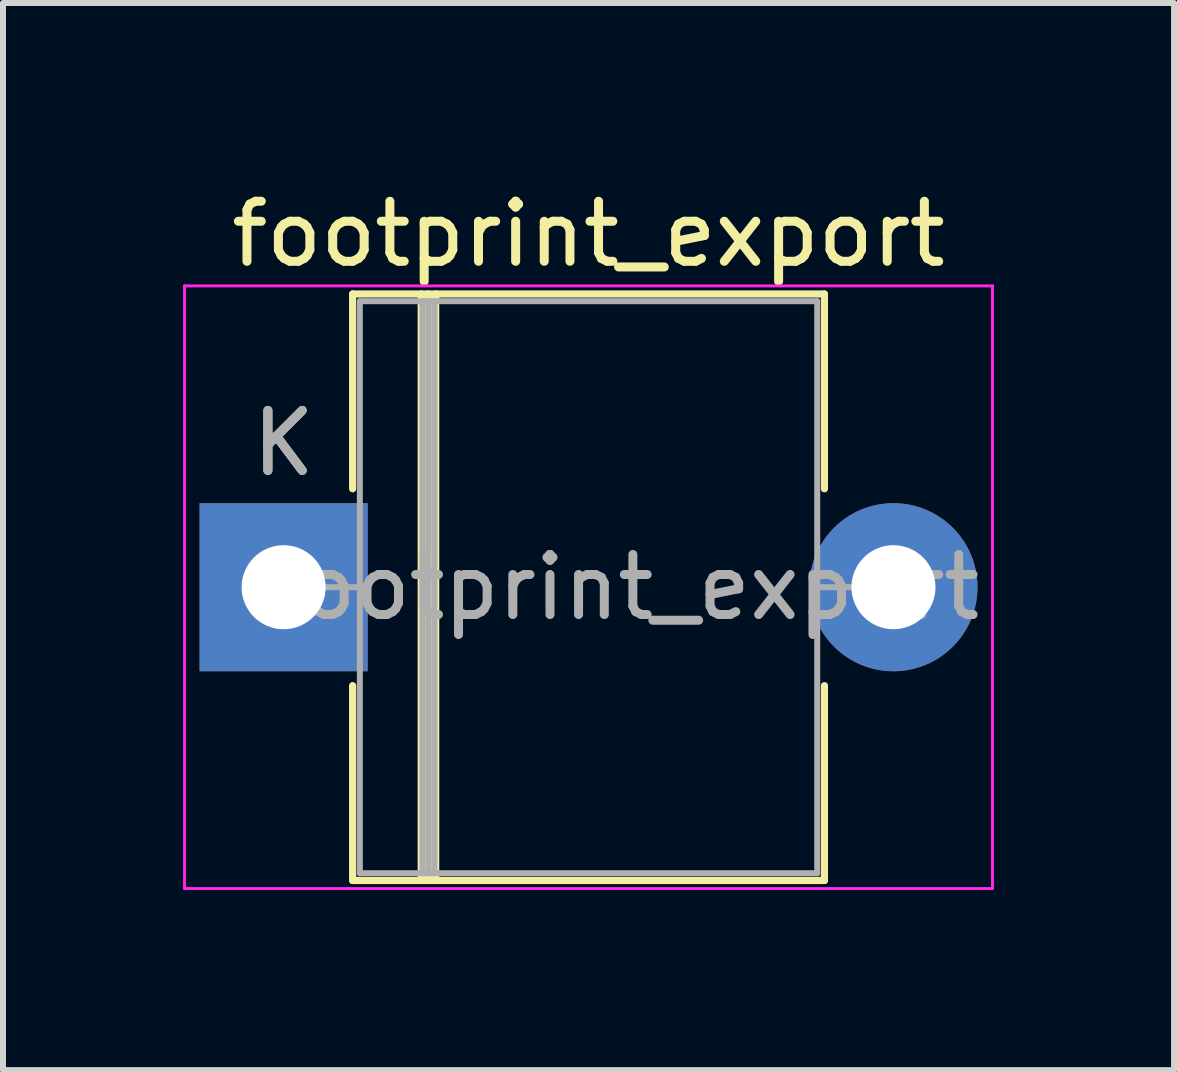
<source format=kicad_pcb>
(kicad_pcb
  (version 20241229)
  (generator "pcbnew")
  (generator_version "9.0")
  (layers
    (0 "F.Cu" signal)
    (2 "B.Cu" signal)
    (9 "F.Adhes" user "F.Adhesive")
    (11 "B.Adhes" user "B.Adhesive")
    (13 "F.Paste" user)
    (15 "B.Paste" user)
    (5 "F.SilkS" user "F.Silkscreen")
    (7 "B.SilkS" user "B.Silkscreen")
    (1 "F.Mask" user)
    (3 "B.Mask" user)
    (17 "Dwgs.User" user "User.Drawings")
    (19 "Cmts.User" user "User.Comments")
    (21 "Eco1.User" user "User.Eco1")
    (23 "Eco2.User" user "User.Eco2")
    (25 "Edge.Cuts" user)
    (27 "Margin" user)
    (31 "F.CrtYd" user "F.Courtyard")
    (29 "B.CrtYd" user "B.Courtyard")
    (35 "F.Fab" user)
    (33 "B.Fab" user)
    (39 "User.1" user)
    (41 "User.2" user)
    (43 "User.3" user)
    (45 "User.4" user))
  (footprint "footprint_export"
    (layer "F.Cu")
    (at 1.675 6.733)
    (property "Reference" "footprint_export" (at 5.08 -5.885 0) (layer "F.SilkS") (effects (font (size 1 1) (thickness 0.15))))
    (attr through_hole)
    (fp_line (start 1.15 -4.885) (end 9.01 -4.885) (stroke (width 0.12) (type solid)) (layer "F.SilkS"))
    (fp_line (start 1.15 -1.64) (end 1.15 -4.885) (stroke (width 0.12) (type solid)) (layer "F.SilkS"))
    (fp_line (start 1.15 1.64) (end 1.15 4.885) (stroke (width 0.12) (type solid)) (layer "F.SilkS"))
    (fp_line (start 1.15 4.885) (end 9.01 4.885) (stroke (width 0.12) (type solid)) (layer "F.SilkS"))
    (fp_line (start 2.293 -4.885) (end 2.293 4.885) (stroke (width 0.12) (type solid)) (layer "F.SilkS"))
    (fp_line (start 2.413 -4.885) (end 2.413 4.885) (stroke (width 0.12) (type solid)) (layer "F.SilkS"))
    (fp_line (start 2.533 -4.885) (end 2.533 4.885) (stroke (width 0.12) (type solid)) (layer "F.SilkS"))
    (fp_line (start 9.01 -4.885) (end 9.01 -1.64) (stroke (width 0.12) (type solid)) (layer "F.SilkS"))
    (fp_line (start 9.01 4.885) (end 9.01 1.64) (stroke (width 0.12) (type solid)) (layer "F.SilkS"))
    (fp_line (start -1.65 -5.02) (end -1.65 5.02) (stroke (width 0.05) (type solid)) (layer "F.CrtYd"))
    (fp_line (start -1.65 5.02) (end 11.81 5.02) (stroke (width 0.05) (type solid)) (layer "F.CrtYd"))
    (fp_line (start 11.81 -5.02) (end -1.65 -5.02) (stroke (width 0.05) (type solid)) (layer "F.CrtYd"))
    (fp_line (start 11.81 5.02) (end 11.81 -5.02) (stroke (width 0.05) (type solid)) (layer "F.CrtYd"))
    (fp_line (start 0 0) (end 1.27 0) (stroke (width 0.1) (type solid)) (layer "F.Fab"))
    (fp_line (start 1.27 -4.765) (end 1.27 4.765) (stroke (width 0.1) (type solid)) (layer "F.Fab"))
    (fp_line (start 1.27 4.765) (end 8.89 4.765) (stroke (width 0.1) (type solid)) (layer "F.Fab"))
    (fp_line (start 2.313 -4.765) (end 2.313 4.765) (stroke (width 0.1) (type solid)) (layer "F.Fab"))
    (fp_line (start 2.413 -4.765) (end 2.413 4.765) (stroke (width 0.1) (type solid)) (layer "F.Fab"))
    (fp_line (start 2.513 -4.765) (end 2.513 4.765) (stroke (width 0.1) (type solid)) (layer "F.Fab"))
    (fp_line (start 8.89 -4.765) (end 1.27 -4.765) (stroke (width 0.1) (type solid)) (layer "F.Fab"))
    (fp_line (start 8.89 4.765) (end 8.89 -4.765) (stroke (width 0.1) (type solid)) (layer "F.Fab"))
    (fp_line (start 10.16 0) (end 8.89 0) (stroke (width 0.1) (type solid)) (layer "F.Fab"))
    (fp_text user "K" (at 0 -2.4 0) (layer "F.SilkS") (effects (font (size 1 1) (thickness 0.15))))
    (fp_text user "K" (at 0 -2.4 0) (layer "F.Fab") (effects (font (size 1 1) (thickness 0.15))))
    (fp_text user "${REFERENCE}" (at 5.652 0 0) (layer "F.Fab") (effects (font (size 1 1) (thickness 0.15))))
    (pad "1" thru_hole rect (at 0 0) (size 2.8 2.8) (drill 1.4) (layers "*.Cu" "*.Mask"))
    (pad "2" thru_hole oval (at 10.16 0) (size 2.8 2.8) (drill 1.4) (layers "*.Cu" "*.Mask")))
  (gr_rect
    (start -3 -3)
    (end 16.51 14.778)
    (stroke (width 0.1) (type default))
    (fill no)
    (layer "Edge.Cuts")))
</source>
